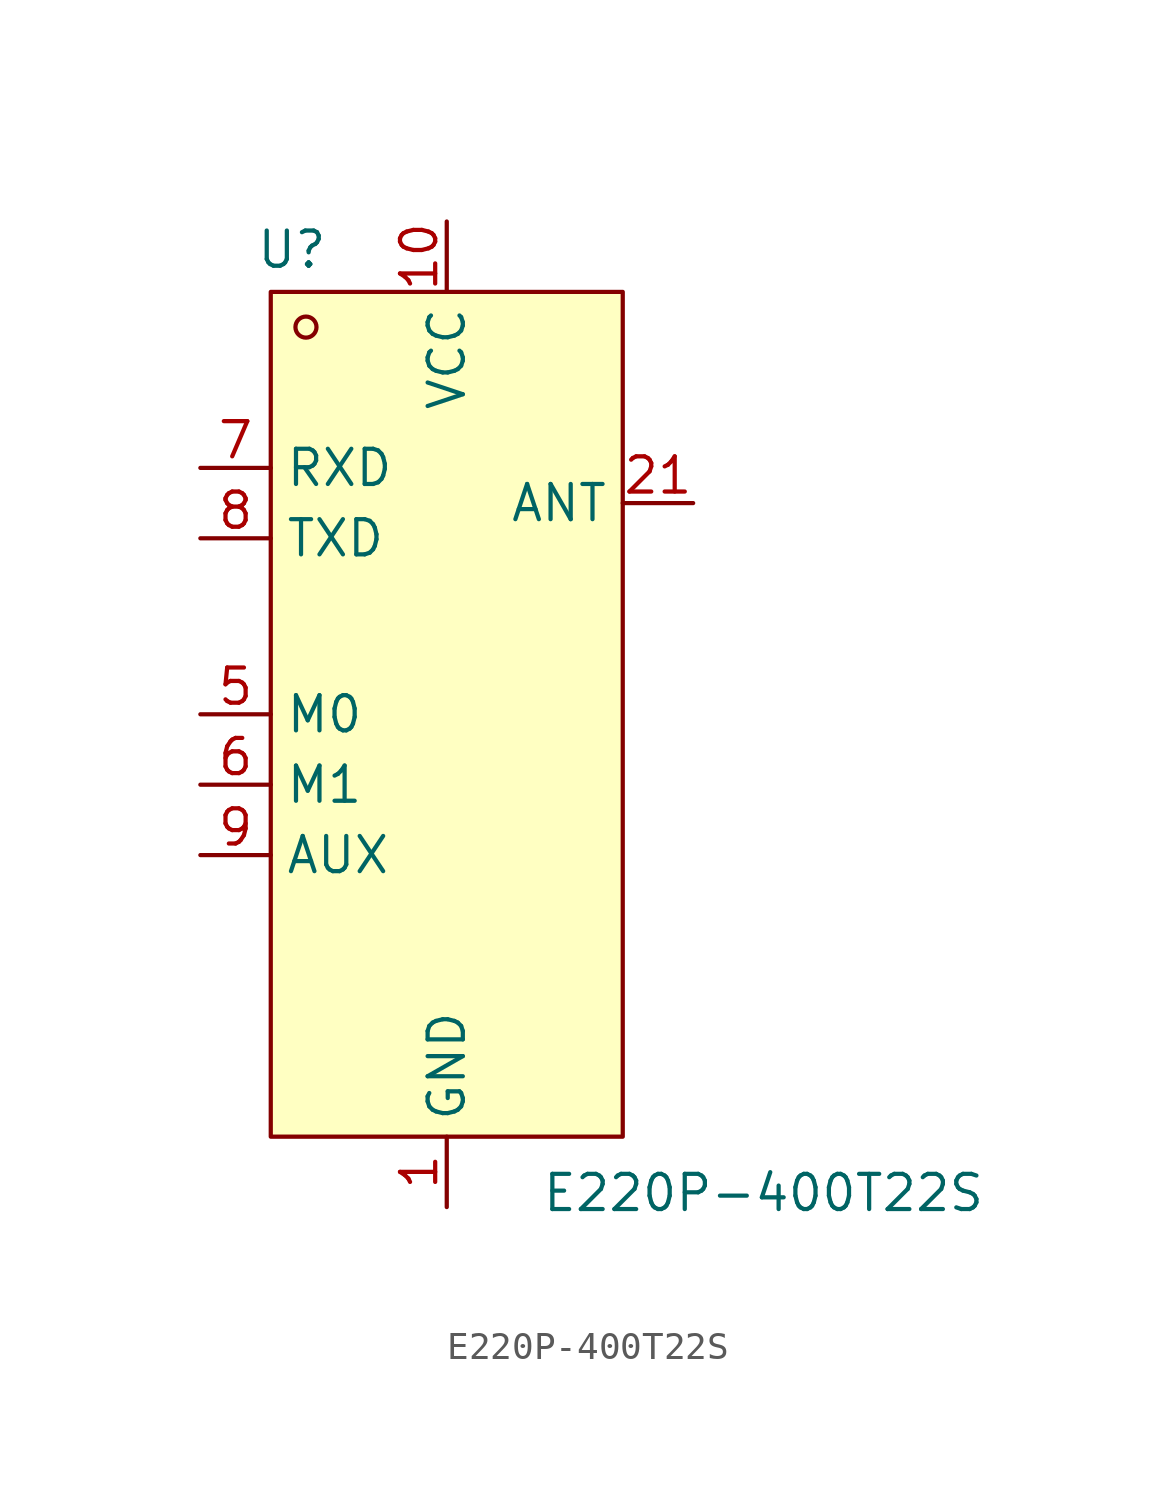
<source format=kicad_sym>
(kicad_symbol_lib
  (version 20231120)
  (generator "kicad_symbol_editor")
  (generator_version "8.0")
  (symbol "E220P-400T22S"
    (property "Reference" "U"
      (at -5.588 16.764 0)
      (effects (font (size 1.27 1.27))))
    (property "Value" "E220P-400T22S"
      (at 11.43 -17.272 0)
      (effects (font (size 1.27 1.27))))
    (symbol "E220P-400T22S_0_1"
      (rectangle (start -6.35 15.24) (end 6.35 -15.24) (stroke (width 0) (type default)) (fill (type background)))
      (circle (center -5.08 13.97) (radius 0.38) (stroke (width 0) (type default)) (fill (type none)))
      (pin unspecified line (at 0 -17.78 90) (length 2.54) (name "GND" (effects (font (size 1.27 1.27)))) (number "1" (effects (font (size 1.27 1.27)))))
      (pin unspecified line (at 0 17.78 270) (length 2.54) (name "VCC" (effects (font (size 1.27 1.27)))) (number "10" (effects (font (size 1.27 1.27)))))
      (pin unspecified line (at 8.89 7.62 180) (length 2.54) (name "ANT" (effects (font (size 1.27 1.27)))) (number "21" (effects (font (size 1.27 1.27)))))
      (pin unspecified line (at -8.89 0 0) (length 2.54) (name "M0" (effects (font (size 1.27 1.27)))) (number "5" (effects (font (size 1.27 1.27)))))
      (pin unspecified line (at -8.89 -2.54 0) (length 2.54) (name "M1" (effects (font (size 1.27 1.27)))) (number "6" (effects (font (size 1.27 1.27)))))
      (pin unspecified line (at -8.89 8.89 0) (length 2.54) (name "RXD" (effects (font (size 1.27 1.27)))) (number "7" (effects (font (size 1.27 1.27)))))
      (pin unspecified line (at -8.89 6.35 0) (length 2.54) (name "TXD" (effects (font (size 1.27 1.27)))) (number "8" (effects (font (size 1.27 1.27)))))
      (pin unspecified line (at -8.89 -5.08 0) (length 2.54) (name "AUX" (effects (font (size 1.27 1.27)))) (number "9" (effects (font (size 1.27 1.27))))))
    (symbol "E220P-400T22S_1_1"
      (pin unspecified line (at 0 -17.78 90) (length 2.54) hide (name "GND" (effects (font (size 1.27 1.27)))) (number "11" (effects (font (size 1.27 1.27)))))
      (pin no_connect line (at 8.89 -8.89 180) (length 2.54) hide (name "NC" (effects (font (size 1.27 1.27)))) (number "12" (effects (font (size 1.27 1.27)))))
      (pin unspecified line (at 0 -17.78 90) (length 2.54) hide (name "GND" (effects (font (size 1.27 1.27)))) (number "13" (effects (font (size 1.27 1.27)))))
      (pin no_connect line (at 8.89 -6.35 180) (length 2.54) hide (name "NC" (effects (font (size 1.27 1.27)))) (number "14" (effects (font (size 1.27 1.27)))))
      (pin no_connect line (at 8.89 -3.81 180) (length 2.54) hide (name "NC" (effects (font (size 1.27 1.27)))) (number "15" (effects (font (size 1.27 1.27)))))
      (pin no_connect line (at 8.89 -1.27 180) (length 2.54) hide (name "NC" (effects (font (size 1.27 1.27)))) (number "16" (effects (font (size 1.27 1.27)))))
      (pin no_connect line (at 8.89 1.27 180) (length 2.54) hide (name "NC" (effects (font (size 1.27 1.27)))) (number "17" (effects (font (size 1.27 1.27)))))
      (pin no_connect line (at 8.89 3.81 180) (length 2.54) hide (name "NC" (effects (font (size 1.27 1.27)))) (number "18" (effects (font (size 1.27 1.27)))))
      (pin unspecified line (at 0 -17.78 90) (length 2.54) hide (name "GND" (effects (font (size 1.27 1.27)))) (number "19" (effects (font (size 1.27 1.27)))))
      (pin unspecified line (at 0 -17.78 90) (length 2.54) hide (name "GND" (effects (font (size 1.27 1.27)))) (number "2" (effects (font (size 1.27 1.27)))))
      (pin unspecified line (at 0 -17.78 90) (length 2.54) hide (name "GND" (effects (font (size 1.27 1.27)))) (number "20" (effects (font (size 1.27 1.27)))))
      (pin unspecified line (at 0 -17.78 90) (length 2.54) hide (name "GND" (effects (font (size 1.27 1.27)))) (number "22" (effects (font (size 1.27 1.27)))))
      (pin unspecified line (at 0 -17.78 90) (length 2.54) hide (name "GND" (effects (font (size 1.27 1.27)))) (number "3" (effects (font (size 1.27 1.27)))))
      (pin unspecified line (at 0 -17.78 90) (length 2.54) hide (name "GND" (effects (font (size 1.27 1.27)))) (number "4" (effects (font (size 1.27 1.27))))))))
</source>
